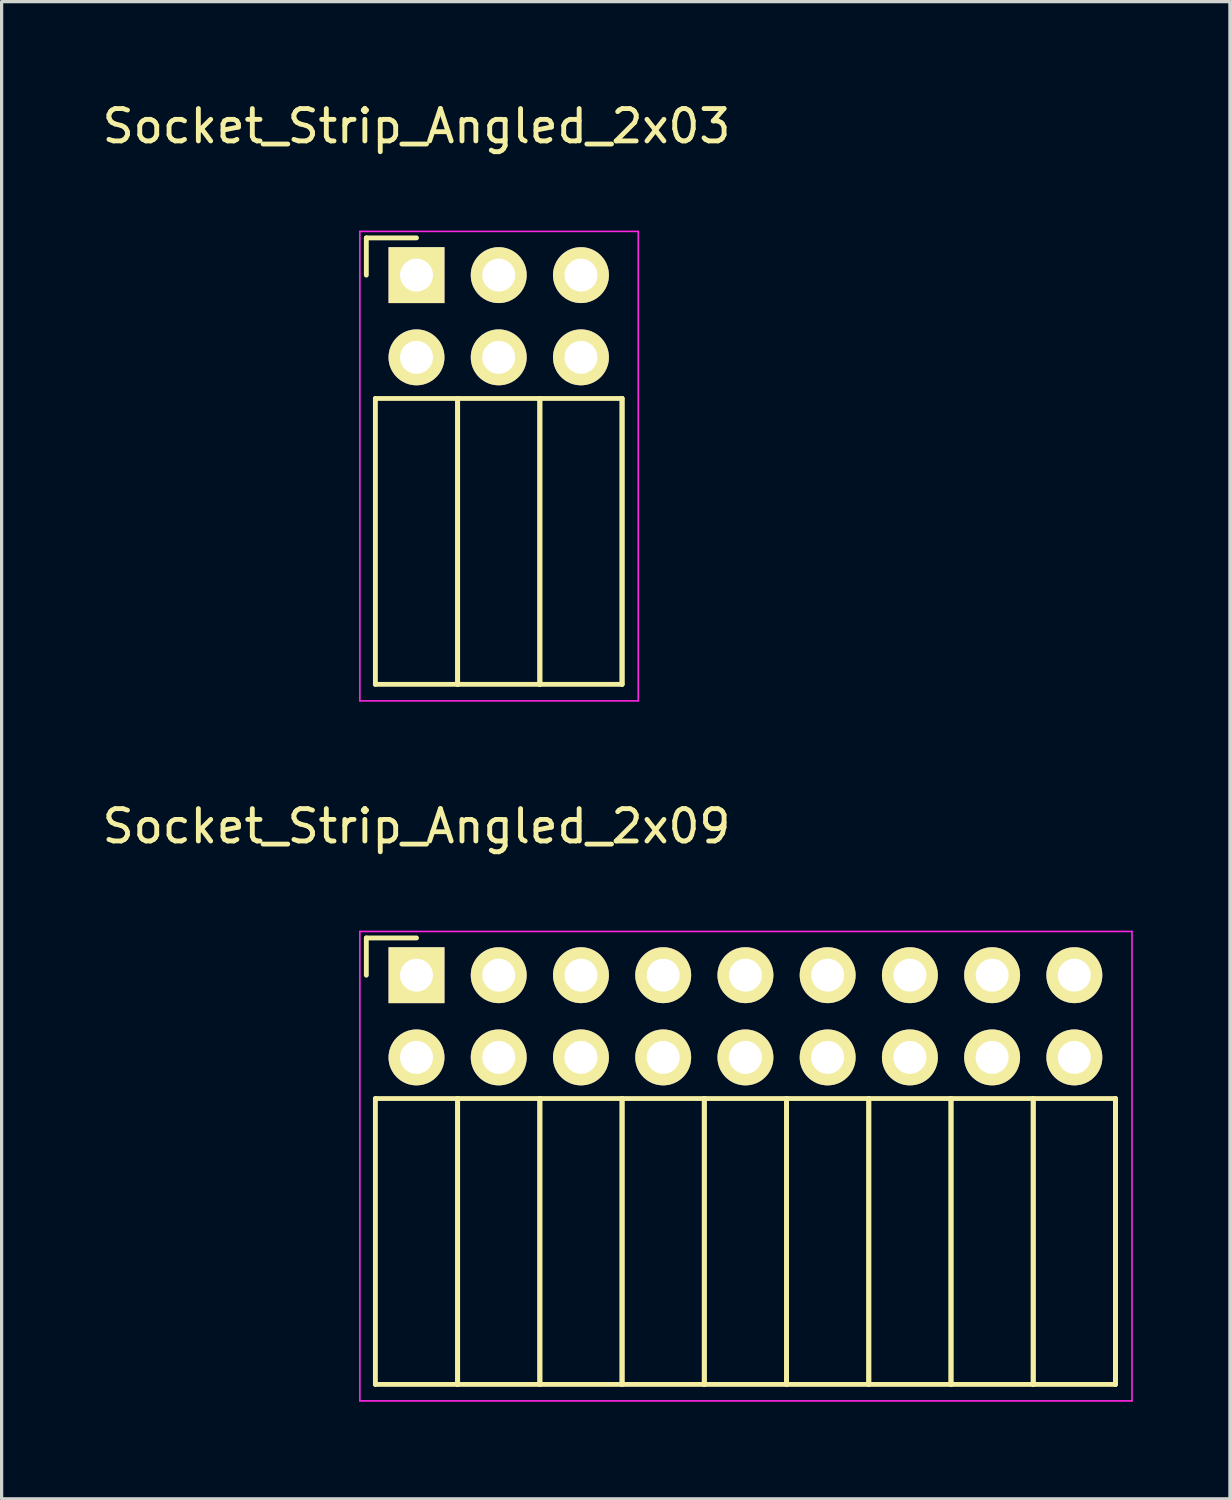
<source format=kicad_pcb>
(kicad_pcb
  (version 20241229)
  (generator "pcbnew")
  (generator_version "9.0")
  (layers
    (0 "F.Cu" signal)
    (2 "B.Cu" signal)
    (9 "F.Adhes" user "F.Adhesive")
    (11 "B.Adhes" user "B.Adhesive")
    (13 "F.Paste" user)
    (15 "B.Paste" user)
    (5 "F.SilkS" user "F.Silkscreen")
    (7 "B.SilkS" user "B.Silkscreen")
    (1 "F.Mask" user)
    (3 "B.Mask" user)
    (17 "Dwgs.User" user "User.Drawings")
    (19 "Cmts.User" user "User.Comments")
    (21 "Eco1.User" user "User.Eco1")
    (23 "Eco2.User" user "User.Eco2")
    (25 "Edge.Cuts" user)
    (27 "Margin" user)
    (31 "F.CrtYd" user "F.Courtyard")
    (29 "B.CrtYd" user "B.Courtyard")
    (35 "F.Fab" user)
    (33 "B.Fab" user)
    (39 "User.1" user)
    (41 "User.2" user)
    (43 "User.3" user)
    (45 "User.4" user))
  (footprint "Socket_Strip_Angled_2x03"
    (layer "F.Cu")
    (at 9.815 5.448)
    (property "Reference" "Socket_Strip_Angled_2x03" (at 0 -4.6 0) (layer "F.SilkS") (effects (font (size 1 1) (thickness 0.15))))
    (attr through_hole)
    (fp_line (start -1.55 -1.15) (end -1.55 0) (stroke (width 0.15) (type solid)) (layer "F.SilkS"))
    (fp_line (start -1.27 3.81) (end -1.27 12.64) (stroke (width 0.15) (type solid)) (layer "F.SilkS"))
    (fp_line (start -1.27 3.81) (end 1.27 3.81) (stroke (width 0.15) (type solid)) (layer "F.SilkS"))
    (fp_line (start -1.27 12.64) (end 1.27 12.64) (stroke (width 0.15) (type solid)) (layer "F.SilkS"))
    (fp_line (start 0 -1.15) (end -1.55 -1.15) (stroke (width 0.15) (type solid)) (layer "F.SilkS"))
    (fp_line (start 1.27 3.81) (end 1.27 12.64) (stroke (width 0.15) (type solid)) (layer "F.SilkS"))
    (fp_line (start 1.27 3.81) (end 3.81 3.81) (stroke (width 0.15) (type solid)) (layer "F.SilkS"))
    (fp_line (start 1.27 12.64) (end 1.27 3.81) (stroke (width 0.15) (type solid)) (layer "F.SilkS"))
    (fp_line (start 1.27 12.64) (end 3.81 12.64) (stroke (width 0.15) (type solid)) (layer "F.SilkS"))
    (fp_line (start 3.81 3.81) (end 3.81 12.64) (stroke (width 0.15) (type solid)) (layer "F.SilkS"))
    (fp_line (start 3.81 3.81) (end 6.35 3.81) (stroke (width 0.15) (type solid)) (layer "F.SilkS"))
    (fp_line (start 3.81 12.64) (end 3.81 3.81) (stroke (width 0.15) (type solid)) (layer "F.SilkS"))
    (fp_line (start 3.81 12.64) (end 6.35 12.64) (stroke (width 0.15) (type solid)) (layer "F.SilkS"))
    (fp_line (start 6.35 3.81) (end 6.35 12.64) (stroke (width 0.15) (type solid)) (layer "F.SilkS"))
    (fp_line (start 6.35 12.64) (end 6.35 3.81) (stroke (width 0.15) (type solid)) (layer "F.SilkS"))
    (fp_line (start -1.75 -1.35) (end -1.75 13.15) (stroke (width 0.05) (type solid)) (layer "F.CrtYd"))
    (fp_line (start -1.75 -1.35) (end 6.85 -1.35) (stroke (width 0.05) (type solid)) (layer "F.CrtYd"))
    (fp_line (start -1.75 13.15) (end 6.85 13.15) (stroke (width 0.05) (type solid)) (layer "F.CrtYd"))
    (fp_line (start 6.85 -1.35) (end 6.85 13.15) (stroke (width 0.05) (type solid)) (layer "F.CrtYd"))
    (pad "1" thru_hole rect (at 0 0) (size 1.727 1.727) (drill 1.016) (layers "*.Cu" "*.Mask" "F.SilkS"))
    (pad "2" thru_hole oval (at 0 2.54) (size 1.727 1.727) (drill 1.016) (layers "*.Cu" "*.Mask" "F.SilkS"))
    (pad "3" thru_hole oval (at 2.54 0) (size 1.727 1.727) (drill 1.016) (layers "*.Cu" "*.Mask" "F.SilkS"))
    (pad "4" thru_hole oval (at 2.54 2.54) (size 1.727 1.727) (drill 1.016) (layers "*.Cu" "*.Mask" "F.SilkS"))
    (pad "5" thru_hole oval (at 5.08 0) (size 1.727 1.727) (drill 1.016) (layers "*.Cu" "*.Mask" "F.SilkS"))
    (pad "6" thru_hole oval (at 5.08 2.54) (size 1.727 1.727) (drill 1.016) (layers "*.Cu" "*.Mask" "F.SilkS")))
  (footprint "Socket_Strip_Angled_2x09"
    (layer "F.Cu")
    (at 9.815 27.072)
    (property "Reference" "Socket_Strip_Angled_2x09" (at 0 -4.6 0) (layer "F.SilkS") (effects (font (size 1 1) (thickness 0.15))))
    (attr through_hole)
    (fp_line (start -1.55 -1.15) (end -1.55 0) (stroke (width 0.15) (type solid)) (layer "F.SilkS"))
    (fp_line (start -1.27 3.81) (end -1.27 12.64) (stroke (width 0.15) (type solid)) (layer "F.SilkS"))
    (fp_line (start -1.27 3.81) (end 1.27 3.81) (stroke (width 0.15) (type solid)) (layer "F.SilkS"))
    (fp_line (start -1.27 12.64) (end 1.27 12.64) (stroke (width 0.15) (type solid)) (layer "F.SilkS"))
    (fp_line (start 0 -1.15) (end -1.55 -1.15) (stroke (width 0.15) (type solid)) (layer "F.SilkS"))
    (fp_line (start 1.27 3.81) (end 1.27 12.64) (stroke (width 0.15) (type solid)) (layer "F.SilkS"))
    (fp_line (start 1.27 3.81) (end 3.81 3.81) (stroke (width 0.15) (type solid)) (layer "F.SilkS"))
    (fp_line (start 1.27 12.64) (end 1.27 3.81) (stroke (width 0.15) (type solid)) (layer "F.SilkS"))
    (fp_line (start 1.27 12.64) (end 3.81 12.64) (stroke (width 0.15) (type solid)) (layer "F.SilkS"))
    (fp_line (start 3.81 3.81) (end 3.81 12.64) (stroke (width 0.15) (type solid)) (layer "F.SilkS"))
    (fp_line (start 3.81 3.81) (end 6.35 3.81) (stroke (width 0.15) (type solid)) (layer "F.SilkS"))
    (fp_line (start 3.81 12.64) (end 3.81 3.81) (stroke (width 0.15) (type solid)) (layer "F.SilkS"))
    (fp_line (start 3.81 12.64) (end 6.35 12.64) (stroke (width 0.15) (type solid)) (layer "F.SilkS"))
    (fp_line (start 6.35 3.81) (end 6.35 12.64) (stroke (width 0.15) (type solid)) (layer "F.SilkS"))
    (fp_line (start 6.35 3.81) (end 8.89 3.81) (stroke (width 0.15) (type solid)) (layer "F.SilkS"))
    (fp_line (start 6.35 12.64) (end 6.35 3.81) (stroke (width 0.15) (type solid)) (layer "F.SilkS"))
    (fp_line (start 6.35 12.64) (end 8.89 12.64) (stroke (width 0.15) (type solid)) (layer "F.SilkS"))
    (fp_line (start 8.89 3.81) (end 8.89 12.64) (stroke (width 0.15) (type solid)) (layer "F.SilkS"))
    (fp_line (start 8.89 3.81) (end 11.43 3.81) (stroke (width 0.15) (type solid)) (layer "F.SilkS"))
    (fp_line (start 8.89 12.64) (end 8.89 3.81) (stroke (width 0.15) (type solid)) (layer "F.SilkS"))
    (fp_line (start 8.89 12.64) (end 11.43 12.64) (stroke (width 0.15) (type solid)) (layer "F.SilkS"))
    (fp_line (start 11.43 3.81) (end 11.43 12.64) (stroke (width 0.15) (type solid)) (layer "F.SilkS"))
    (fp_line (start 11.43 3.81) (end 13.97 3.81) (stroke (width 0.15) (type solid)) (layer "F.SilkS"))
    (fp_line (start 11.43 12.64) (end 11.43 3.81) (stroke (width 0.15) (type solid)) (layer "F.SilkS"))
    (fp_line (start 11.43 12.64) (end 13.97 12.64) (stroke (width 0.15) (type solid)) (layer "F.SilkS"))
    (fp_line (start 13.97 3.81) (end 13.97 12.64) (stroke (width 0.15) (type solid)) (layer "F.SilkS"))
    (fp_line (start 13.97 3.81) (end 16.51 3.81) (stroke (width 0.15) (type solid)) (layer "F.SilkS"))
    (fp_line (start 13.97 12.64) (end 13.97 3.81) (stroke (width 0.15) (type solid)) (layer "F.SilkS"))
    (fp_line (start 13.97 12.64) (end 16.51 12.64) (stroke (width 0.15) (type solid)) (layer "F.SilkS"))
    (fp_line (start 16.51 3.81) (end 16.51 12.64) (stroke (width 0.15) (type solid)) (layer "F.SilkS"))
    (fp_line (start 16.51 3.81) (end 19.05 3.81) (stroke (width 0.15) (type solid)) (layer "F.SilkS"))
    (fp_line (start 16.51 12.64) (end 16.51 3.81) (stroke (width 0.15) (type solid)) (layer "F.SilkS"))
    (fp_line (start 16.51 12.64) (end 19.05 12.64) (stroke (width 0.15) (type solid)) (layer "F.SilkS"))
    (fp_line (start 19.05 3.81) (end 19.05 12.64) (stroke (width 0.15) (type solid)) (layer "F.SilkS"))
    (fp_line (start 19.05 3.81) (end 21.59 3.81) (stroke (width 0.15) (type solid)) (layer "F.SilkS"))
    (fp_line (start 19.05 12.64) (end 19.05 3.81) (stroke (width 0.15) (type solid)) (layer "F.SilkS"))
    (fp_line (start 19.05 12.64) (end 21.59 12.64) (stroke (width 0.15) (type solid)) (layer "F.SilkS"))
    (fp_line (start 21.59 3.81) (end 21.59 12.64) (stroke (width 0.15) (type solid)) (layer "F.SilkS"))
    (fp_line (start 21.59 12.64) (end 21.59 3.81) (stroke (width 0.15) (type solid)) (layer "F.SilkS"))
    (fp_line (start -1.75 -1.35) (end -1.75 13.15) (stroke (width 0.05) (type solid)) (layer "F.CrtYd"))
    (fp_line (start -1.75 -1.35) (end 22.1 -1.35) (stroke (width 0.05) (type solid)) (layer "F.CrtYd"))
    (fp_line (start -1.75 13.15) (end 22.1 13.15) (stroke (width 0.05) (type solid)) (layer "F.CrtYd"))
    (fp_line (start 22.1 -1.35) (end 22.1 13.15) (stroke (width 0.05) (type solid)) (layer "F.CrtYd"))
    (pad "1" thru_hole rect (at 0 0) (size 1.727 1.727) (drill 1.016) (layers "*.Cu" "*.Mask" "F.SilkS"))
    (pad "2" thru_hole oval (at 0 2.54) (size 1.727 1.727) (drill 1.016) (layers "*.Cu" "*.Mask" "F.SilkS"))
    (pad "3" thru_hole oval (at 2.54 0) (size 1.727 1.727) (drill 1.016) (layers "*.Cu" "*.Mask" "F.SilkS"))
    (pad "4" thru_hole oval (at 2.54 2.54) (size 1.727 1.727) (drill 1.016) (layers "*.Cu" "*.Mask" "F.SilkS"))
    (pad "5" thru_hole oval (at 5.08 0) (size 1.727 1.727) (drill 1.016) (layers "*.Cu" "*.Mask" "F.SilkS"))
    (pad "6" thru_hole oval (at 5.08 2.54) (size 1.727 1.727) (drill 1.016) (layers "*.Cu" "*.Mask" "F.SilkS"))
    (pad "7" thru_hole oval (at 7.62 0) (size 1.727 1.727) (drill 1.016) (layers "*.Cu" "*.Mask" "F.SilkS"))
    (pad "8" thru_hole oval (at 7.62 2.54) (size 1.727 1.727) (drill 1.016) (layers "*.Cu" "*.Mask" "F.SilkS"))
    (pad "9" thru_hole oval (at 10.16 0) (size 1.727 1.727) (drill 1.016) (layers "*.Cu" "*.Mask" "F.SilkS"))
    (pad "10" thru_hole oval (at 10.16 2.54) (size 1.727 1.727) (drill 1.016) (layers "*.Cu" "*.Mask" "F.SilkS"))
    (pad "11" thru_hole oval (at 12.7 0) (size 1.727 1.727) (drill 1.016) (layers "*.Cu" "*.Mask" "F.SilkS"))
    (pad "12" thru_hole oval (at 12.7 2.54) (size 1.727 1.727) (drill 1.016) (layers "*.Cu" "*.Mask" "F.SilkS"))
    (pad "13" thru_hole oval (at 15.24 0) (size 1.727 1.727) (drill 1.016) (layers "*.Cu" "*.Mask" "F.SilkS"))
    (pad "14" thru_hole oval (at 15.24 2.54) (size 1.727 1.727) (drill 1.016) (layers "*.Cu" "*.Mask" "F.SilkS"))
    (pad "15" thru_hole oval (at 17.78 0) (size 1.727 1.727) (drill 1.016) (layers "*.Cu" "*.Mask" "F.SilkS"))
    (pad "16" thru_hole oval (at 17.78 2.54) (size 1.727 1.727) (drill 1.016) (layers "*.Cu" "*.Mask" "F.SilkS"))
    (pad "17" thru_hole oval (at 20.32 0) (size 1.727 1.727) (drill 1.016) (layers "*.Cu" "*.Mask" "F.SilkS"))
    (pad "18" thru_hole oval (at 20.32 2.54) (size 1.727 1.727) (drill 1.016) (layers "*.Cu" "*.Mask" "F.SilkS")))
  (gr_rect
    (start -3 -3)
    (end 34.94 43.246)
    (stroke (width 0.1) (type default))
    (fill no)
    (layer "Edge.Cuts")))
</source>
